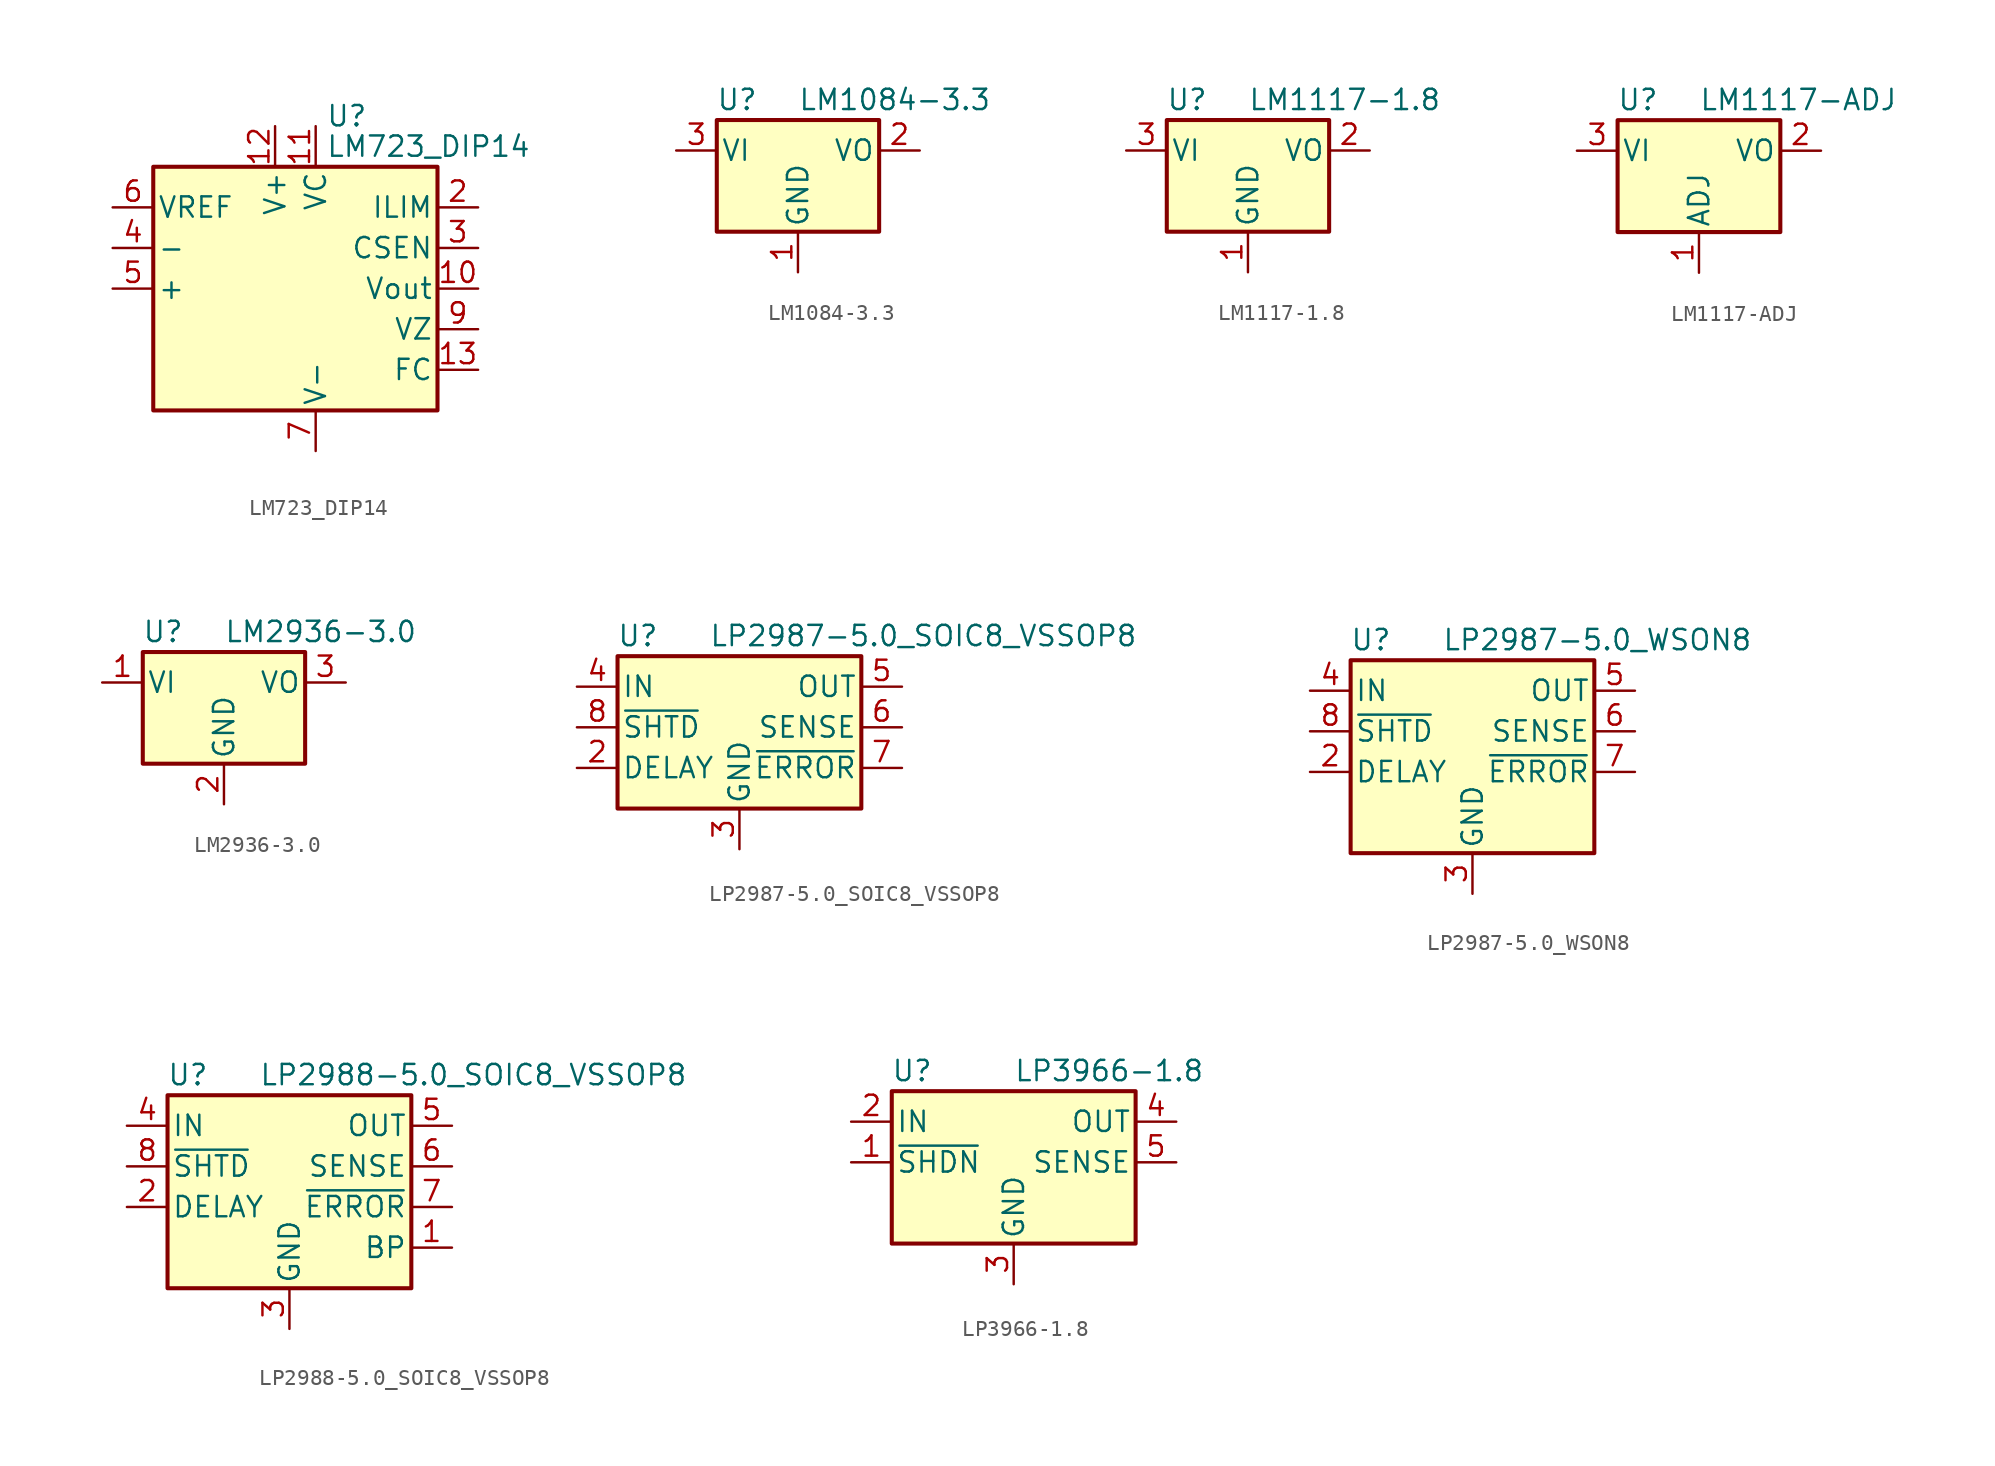
<source format=kicad_sym>
(kicad_symbol_lib
  (version 20200908)
  (generator kicad_symbol_editor)
  (symbol "Regulator_Linear:LM723_DIP14"
    (pin_names
      (offset 0.254))
    (property "Reference" "U"
      (at 0.635 10.795 0)
      (effects (font (size 1.27 1.27)) (justify left)))
    (property "Value" "LM723_DIP14"
      (at 0.635 8.89 0)
      (effects (font (size 1.27 1.27)) (justify left)))
    (symbol "LM723_DIP14_0_1"
      (rectangle (start -10.16 -7.62) (end 7.62 7.62) (stroke (width 0.254)) (fill (type background))))
    (symbol "LM723_DIP14_1_1"
      (pin unconnected line (at -12.7 -5.08 0) (length 2.54) hide (name "NC" (effects (font (size 1.27 1.27)))) (number "1" (effects (font (size 1.27 1.27)))))
      (pin power_out line (at 10.16 0 180) (length 2.54) (name "Vout" (effects (font (size 1.27 1.27)))) (number "10" (effects (font (size 1.27 1.27)))))
      (pin power_in line (at 0 10.16 270) (length 2.54) (name "VC" (effects (font (size 1.27 1.27)))) (number "11" (effects (font (size 1.27 1.27)))))
      (pin power_in line (at -2.54 10.16 270) (length 2.54) (name "V+" (effects (font (size 1.27 1.27)))) (number "12" (effects (font (size 1.27 1.27)))))
      (pin input line (at 10.16 -5.08 180) (length 2.54) (name "FC" (effects (font (size 1.27 1.27)))) (number "13" (effects (font (size 1.27 1.27)))))
      (pin unconnected line (at -2.54 -10.16 90) (length 2.54) hide (name "NC" (effects (font (size 1.27 1.27)))) (number "14" (effects (font (size 1.27 1.27)))))
      (pin input line (at 10.16 5.08 180) (length 2.54) (name "ILIM" (effects (font (size 1.27 1.27)))) (number "2" (effects (font (size 1.27 1.27)))))
      (pin input line (at 10.16 2.54 180) (length 2.54) (name "CSEN" (effects (font (size 1.27 1.27)))) (number "3" (effects (font (size 1.27 1.27)))))
      (pin input line (at -12.7 2.54 0) (length 2.54) (name "-" (effects (font (size 1.27 1.27)))) (number "4" (effects (font (size 1.27 1.27)))))
      (pin input line (at -12.7 0 0) (length 2.54) (name "+" (effects (font (size 1.27 1.27)))) (number "5" (effects (font (size 1.27 1.27)))))
      (pin power_out line (at -12.7 5.08 0) (length 2.54) (name "VREF" (effects (font (size 1.27 1.27)))) (number "6" (effects (font (size 1.27 1.27)))))
      (pin power_in line (at 0 -10.16 90) (length 2.54) (name "V-" (effects (font (size 1.27 1.27)))) (number "7" (effects (font (size 1.27 1.27)))))
      (pin unconnected line (at -12.7 -2.54 0) (length 2.54) hide (name "NC" (effects (font (size 1.27 1.27)))) (number "8" (effects (font (size 1.27 1.27)))))
      (pin input line (at 10.16 -2.54 180) (length 2.54) (name "VZ" (effects (font (size 1.27 1.27)))) (number "9" (effects (font (size 1.27 1.27)))))))
  (symbol "Regulator_Linear:LM1084-3.3"
    (pin_names
      (offset 0.254))
    (property "Reference" "U"
      (at -3.81 3.175 0)
      (effects (font (size 1.27 1.27))))
    (property "Value" "LM1084-3.3"
      (at 0 3.175 0)
      (effects (font (size 1.27 1.27)) (justify left)))
    (symbol "LM1084-3.3_0_1"
      (rectangle (start -5.08 1.905) (end 5.08 -5.08) (stroke (width 0.254)) (fill (type background))))
    (symbol "LM1084-3.3_1_1"
      (pin power_in line (at 0 -7.62 90) (length 2.54) (name "GND" (effects (font (size 1.27 1.27)))) (number "1" (effects (font (size 1.27 1.27)))))
      (pin power_out line (at 7.62 0 180) (length 2.54) (name "VO" (effects (font (size 1.27 1.27)))) (number "2" (effects (font (size 1.27 1.27)))))
      (pin power_in line (at -7.62 0 0) (length 2.54) (name "VI" (effects (font (size 1.27 1.27)))) (number "3" (effects (font (size 1.27 1.27)))))))
  (symbol "Regulator_Linear:LM1117-1.8"
    (pin_names
      (offset 0.254))
    (property "Reference" "U"
      (at -3.81 3.175 0)
      (effects (font (size 1.27 1.27))))
    (property "Value" "LM1117-1.8"
      (at 0 3.175 0)
      (effects (font (size 1.27 1.27)) (justify left)))
    (symbol "LM1117-1.8_0_1"
      (rectangle (start -5.08 -5.08) (end 5.08 1.905) (stroke (width 0.254)) (fill (type background))))
    (symbol "LM1117-1.8_1_1"
      (pin power_in line (at 0 -7.62 90) (length 2.54) (name "GND" (effects (font (size 1.27 1.27)))) (number "1" (effects (font (size 1.27 1.27)))))
      (pin power_out line (at 7.62 0 180) (length 2.54) (name "VO" (effects (font (size 1.27 1.27)))) (number "2" (effects (font (size 1.27 1.27)))))
      (pin power_in line (at -7.62 0 0) (length 2.54) (name "VI" (effects (font (size 1.27 1.27)))) (number "3" (effects (font (size 1.27 1.27)))))))
  (symbol "Regulator_Linear:LM1117-ADJ"
    (pin_names
      (offset 0.254))
    (property "Reference" "U"
      (at -3.81 3.175 0)
      (effects (font (size 1.27 1.27))))
    (property "Value" "LM1117-ADJ"
      (at 0 3.175 0)
      (effects (font (size 1.27 1.27)) (justify left)))
    (symbol "LM1117-ADJ_0_1"
      (rectangle (start -5.08 -5.08) (end 5.08 1.905) (stroke (width 0.254)) (fill (type background))))
    (symbol "LM1117-ADJ_1_1"
      (pin input line (at 0 -7.62 90) (length 2.54) (name "ADJ" (effects (font (size 1.27 1.27)))) (number "1" (effects (font (size 1.27 1.27)))))
      (pin power_out line (at 7.62 0 180) (length 2.54) (name "VO" (effects (font (size 1.27 1.27)))) (number "2" (effects (font (size 1.27 1.27)))))
      (pin power_in line (at -7.62 0 0) (length 2.54) (name "VI" (effects (font (size 1.27 1.27)))) (number "3" (effects (font (size 1.27 1.27)))))))
  (symbol "Regulator_Linear:LM2936-3.0"
    (pin_names
      (offset 0.254))
    (property "Reference" "U"
      (at -3.81 3.175 0)
      (effects (font (size 1.27 1.27))))
    (property "Value" "LM2936-3.0"
      (at 0 3.175 0)
      (effects (font (size 1.27 1.27)) (justify left)))
    (symbol "LM2936-3.0_0_1"
      (rectangle (start -5.08 1.905) (end 5.08 -5.08) (stroke (width 0.254)) (fill (type background))))
    (symbol "LM2936-3.0_1_1"
      (pin power_in line (at -7.62 0 0) (length 2.54) (name "VI" (effects (font (size 1.27 1.27)))) (number "1" (effects (font (size 1.27 1.27)))))
      (pin power_in line (at 0 -7.62 90) (length 2.54) (name "GND" (effects (font (size 1.27 1.27)))) (number "2" (effects (font (size 1.27 1.27)))))
      (pin power_out line (at 7.62 0 180) (length 2.54) (name "VO" (effects (font (size 1.27 1.27)))) (number "3" (effects (font (size 1.27 1.27)))))))
  (symbol "Regulator_Linear:LP2987-5.0_SOIC8_VSSOP8"
    (pin_names
      (offset 0.254))
    (property "Reference" "U"
      (at -6.35 5.715 0)
      (effects (font (size 1.27 1.27))))
    (property "Value" "LP2987-5.0_SOIC8_VSSOP8"
      (at -1.905 5.715 0)
      (effects (font (size 1.27 1.27)) (justify left)))
    (symbol "LP2987-5.0_SOIC8_VSSOP8_0_1"
      (rectangle (start -7.62 4.445) (end 7.62 -5.08) (stroke (width 0.254)) (fill (type background))))
    (symbol "LP2987-5.0_SOIC8_VSSOP8_1_1"
      (pin unconnected line (at -2.54 -7.62 90) (length 2.54) hide (name "NC" (effects (font (size 1.27 1.27)))) (number "1" (effects (font (size 1.27 1.27)))))
      (pin passive line (at -10.16 -2.54 0) (length 2.54) (name "DELAY" (effects (font (size 1.27 1.27)))) (number "2" (effects (font (size 1.27 1.27)))))
      (pin power_in line (at 0 -7.62 90) (length 2.54) (name "GND" (effects (font (size 1.27 1.27)))) (number "3" (effects (font (size 1.27 1.27)))))
      (pin power_in line (at -10.16 2.54 0) (length 2.54) (name "IN" (effects (font (size 1.27 1.27)))) (number "4" (effects (font (size 1.27 1.27)))))
      (pin power_out line (at 10.16 2.54 180) (length 2.54) (name "OUT" (effects (font (size 1.27 1.27)))) (number "5" (effects (font (size 1.27 1.27)))))
      (pin input line (at 10.16 0 180) (length 2.54) (name "SENSE" (effects (font (size 1.27 1.27)))) (number "6" (effects (font (size 1.27 1.27)))))
      (pin output line (at 10.16 -2.54 180) (length 2.54) (name "~ERROR" (effects (font (size 1.27 1.27)))) (number "7" (effects (font (size 1.27 1.27)))))
      (pin input line (at -10.16 0 0) (length 2.54) (name "~SHTD" (effects (font (size 1.27 1.27)))) (number "8" (effects (font (size 1.27 1.27)))))))
  (symbol "Regulator_Linear:LP2987-5.0_WSON8"
    (pin_names
      (offset 0.254))
    (property "Reference" "U"
      (at -6.35 5.715 0)
      (effects (font (size 1.27 1.27))))
    (property "Value" "LP2987-5.0_WSON8"
      (at -1.905 5.715 0)
      (effects (font (size 1.27 1.27)) (justify left)))
    (symbol "LP2987-5.0_WSON8_0_1"
      (rectangle (start -7.62 4.445) (end 7.62 -7.62) (stroke (width 0.254)) (fill (type background))))
    (symbol "LP2987-5.0_WSON8_1_1"
      (pin unconnected line (at 2.54 -10.16 90) (length 2.54) hide (name "NC" (effects (font (size 1.27 1.27)))) (number "1" (effects (font (size 1.27 1.27)))))
      (pin passive line (at -10.16 -2.54 0) (length 2.54) (name "DELAY" (effects (font (size 1.27 1.27)))) (number "2" (effects (font (size 1.27 1.27)))))
      (pin power_in line (at 0 -10.16 90) (length 2.54) (name "GND" (effects (font (size 1.27 1.27)))) (number "3" (effects (font (size 1.27 1.27)))))
      (pin power_in line (at -10.16 2.54 0) (length 2.54) (name "IN" (effects (font (size 1.27 1.27)))) (number "4" (effects (font (size 1.27 1.27)))))
      (pin power_out line (at 10.16 2.54 180) (length 2.54) (name "OUT" (effects (font (size 1.27 1.27)))) (number "5" (effects (font (size 1.27 1.27)))))
      (pin input line (at 10.16 0 180) (length 2.54) (name "SENSE" (effects (font (size 1.27 1.27)))) (number "6" (effects (font (size 1.27 1.27)))))
      (pin output line (at 10.16 -2.54 180) (length 2.54) (name "~ERROR" (effects (font (size 1.27 1.27)))) (number "7" (effects (font (size 1.27 1.27)))))
      (pin input line (at -10.16 0 0) (length 2.54) (name "~SHTD" (effects (font (size 1.27 1.27)))) (number "8" (effects (font (size 1.27 1.27)))))
      (pin passive line (at 0 -10.16 90) (length 2.54) hide (name "GND" (effects (font (size 1.27 1.27)))) (number "9" (effects (font (size 1.27 1.27)))))))
  (symbol "Regulator_Linear:LP2988-5.0_SOIC8_VSSOP8"
    (pin_names
      (offset 0.254))
    (property "Reference" "U"
      (at -6.35 5.715 0)
      (effects (font (size 1.27 1.27))))
    (property "Value" "LP2988-5.0_SOIC8_VSSOP8"
      (at -1.905 5.715 0)
      (effects (font (size 1.27 1.27)) (justify left)))
    (symbol "LP2988-5.0_SOIC8_VSSOP8_0_1"
      (rectangle (start -7.62 4.445) (end 7.62 -7.62) (stroke (width 0.254)) (fill (type background))))
    (symbol "LP2988-5.0_SOIC8_VSSOP8_1_1"
      (pin passive line (at 10.16 -5.08 180) (length 2.54) (name "BP" (effects (font (size 1.27 1.27)))) (number "1" (effects (font (size 1.27 1.27)))))
      (pin passive line (at -10.16 -2.54 0) (length 2.54) (name "DELAY" (effects (font (size 1.27 1.27)))) (number "2" (effects (font (size 1.27 1.27)))))
      (pin power_in line (at 0 -10.16 90) (length 2.54) (name "GND" (effects (font (size 1.27 1.27)))) (number "3" (effects (font (size 1.27 1.27)))))
      (pin power_in line (at -10.16 2.54 0) (length 2.54) (name "IN" (effects (font (size 1.27 1.27)))) (number "4" (effects (font (size 1.27 1.27)))))
      (pin power_out line (at 10.16 2.54 180) (length 2.54) (name "OUT" (effects (font (size 1.27 1.27)))) (number "5" (effects (font (size 1.27 1.27)))))
      (pin input line (at 10.16 0 180) (length 2.54) (name "SENSE" (effects (font (size 1.27 1.27)))) (number "6" (effects (font (size 1.27 1.27)))))
      (pin output line (at 10.16 -2.54 180) (length 2.54) (name "~ERROR" (effects (font (size 1.27 1.27)))) (number "7" (effects (font (size 1.27 1.27)))))
      (pin input line (at -10.16 0 0) (length 2.54) (name "~SHTD" (effects (font (size 1.27 1.27)))) (number "8" (effects (font (size 1.27 1.27)))))))
  (symbol "Regulator_Linear:LP3966-1.8"
    (pin_names
      (offset 0.254))
    (property "Reference" "U"
      (at -6.35 5.715 0)
      (effects (font (size 1.27 1.27))))
    (property "Value" "LP3966-1.8"
      (at 0 5.715 0)
      (effects (font (size 1.27 1.27)) (justify left)))
    (symbol "LP3966-1.8_0_1"
      (rectangle (start -7.62 -5.08) (end 7.62 4.445) (stroke (width 0.254)) (fill (type background))))
    (symbol "LP3966-1.8_1_1"
      (pin input line (at -10.16 0 0) (length 2.54) (name "~SHDN" (effects (font (size 1.27 1.27)))) (number "1" (effects (font (size 1.27 1.27)))))
      (pin power_in line (at -10.16 2.54 0) (length 2.54) (name "IN" (effects (font (size 1.27 1.27)))) (number "2" (effects (font (size 1.27 1.27)))))
      (pin power_in line (at 0 -7.62 90) (length 2.54) (name "GND" (effects (font (size 1.27 1.27)))) (number "3" (effects (font (size 1.27 1.27)))))
      (pin power_out line (at 10.16 2.54 180) (length 2.54) (name "OUT" (effects (font (size 1.27 1.27)))) (number "4" (effects (font (size 1.27 1.27)))))
      (pin input line (at 10.16 0 180) (length 2.54) (name "SENSE" (effects (font (size 1.27 1.27)))) (number "5" (effects (font (size 1.27 1.27))))))))
</source>
